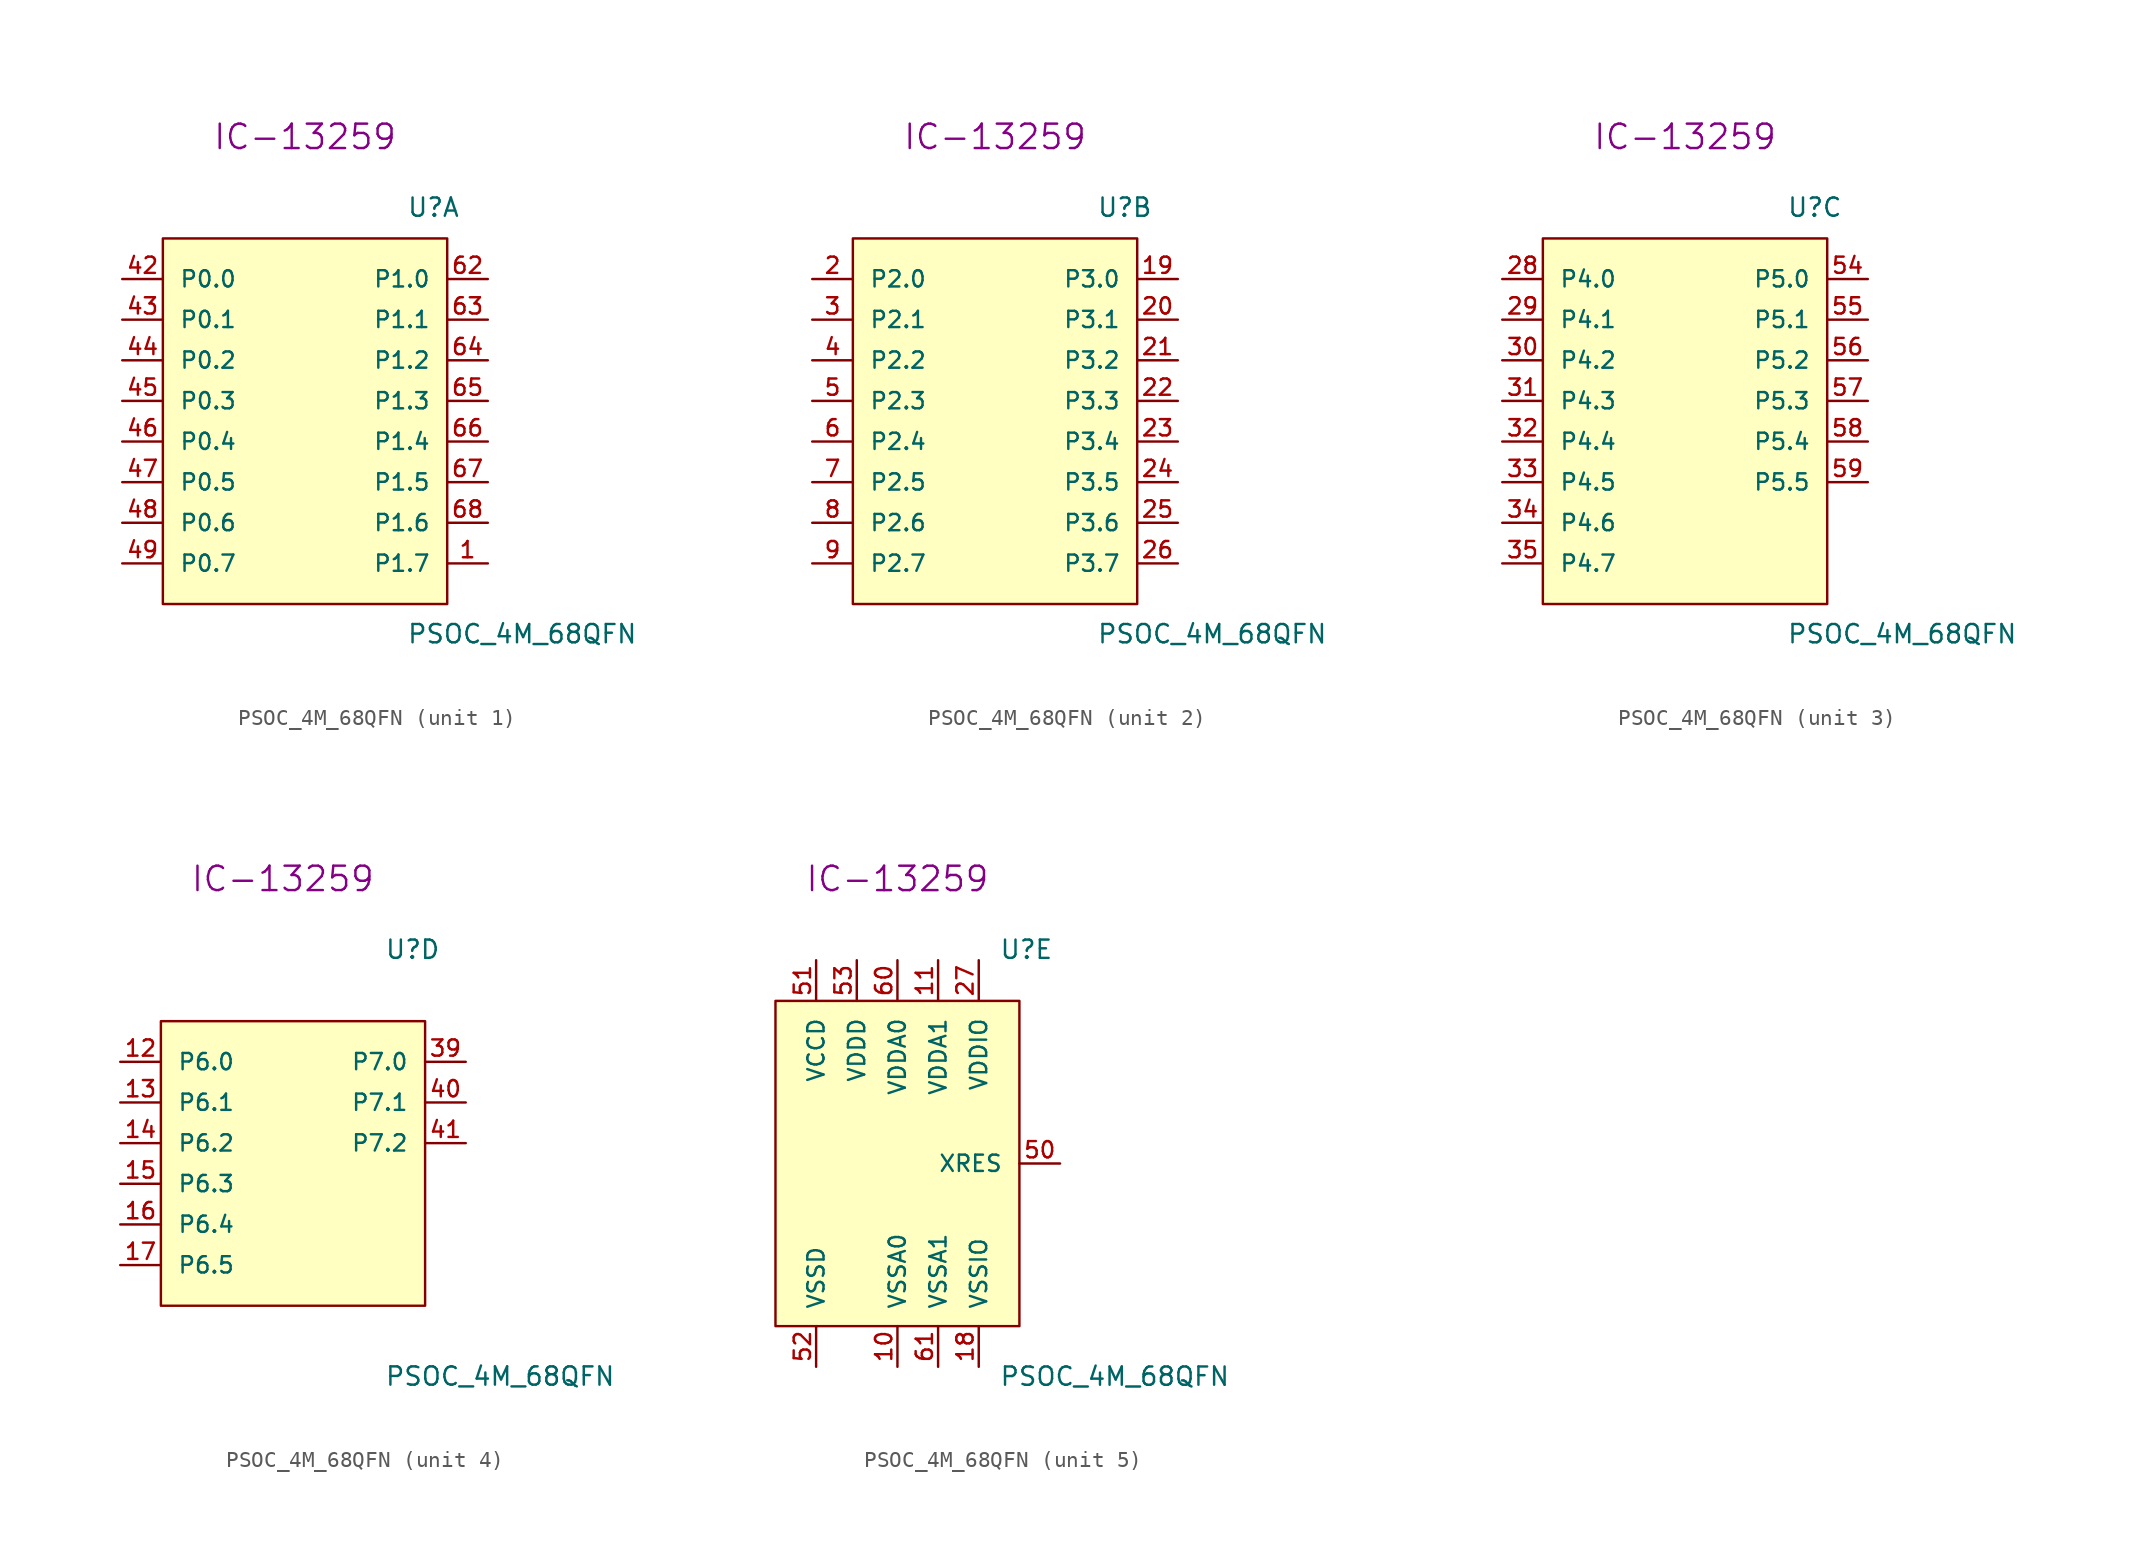
<source format=kicad_sym>
(kicad_symbol_lib
  (version 20220914)
  (generator kicad_symbol_editor)
  (symbol "PSOC_4M_68QFN"
    (pin_names
      (offset 1.016))
    (property "Reference" "U"
      (at 6.35 12.7 0)
      (effects (font (size 1.143 1.143)) (justify left bottom)))
    (property "Value" "PSOC_4M_68QFN"
      (at 6.35 -13.97 0)
      (effects (font (size 1.143 1.143)) (justify left bottom)))
    (property "Field4" "IC-13259"
      (at 0 17.78 0)
      (effects (font (size 1.524 1.524))))
    (property "ki_locked" ""
      (at 0 0 0)
      (effects (font (size 1.27 1.27))))
    (symbol "PSOC_4M_68QFN_1_1"
      (polyline (pts (xy -8.89 11.43) (xy 8.89 11.43) (xy 8.89 -11.43) (xy -8.89 -11.43) (xy -8.89 11.43)) (stroke (width 0) (type solid)) (fill (type background)))
      (pin bidirectional line (at 11.43 -8.89 180) (length 2.54) (name "P1.7" (effects (font (size 1.016 1.016)))) (number "1" (effects (font (size 1.016 1.016)))))
      (pin bidirectional line (at -11.43 8.89 0) (length 2.54) (name "P0.0" (effects (font (size 1.016 1.016)))) (number "42" (effects (font (size 1.016 1.016)))))
      (pin bidirectional line (at -11.43 6.35 0) (length 2.54) (name "P0.1" (effects (font (size 1.016 1.016)))) (number "43" (effects (font (size 1.016 1.016)))))
      (pin bidirectional line (at -11.43 3.81 0) (length 2.54) (name "P0.2" (effects (font (size 1.016 1.016)))) (number "44" (effects (font (size 1.016 1.016)))))
      (pin bidirectional line (at -11.43 1.27 0) (length 2.54) (name "P0.3" (effects (font (size 1.016 1.016)))) (number "45" (effects (font (size 1.016 1.016)))))
      (pin bidirectional line (at -11.43 -1.27 0) (length 2.54) (name "P0.4" (effects (font (size 1.016 1.016)))) (number "46" (effects (font (size 1.016 1.016)))))
      (pin bidirectional line (at -11.43 -3.81 0) (length 2.54) (name "P0.5" (effects (font (size 1.016 1.016)))) (number "47" (effects (font (size 1.016 1.016)))))
      (pin bidirectional line (at -11.43 -6.35 0) (length 2.54) (name "P0.6" (effects (font (size 1.016 1.016)))) (number "48" (effects (font (size 1.016 1.016)))))
      (pin bidirectional line (at -11.43 -8.89 0) (length 2.54) (name "P0.7" (effects (font (size 1.016 1.016)))) (number "49" (effects (font (size 1.016 1.016)))))
      (pin bidirectional line (at 11.43 8.89 180) (length 2.54) (name "P1.0" (effects (font (size 1.016 1.016)))) (number "62" (effects (font (size 1.016 1.016)))))
      (pin bidirectional line (at 11.43 6.35 180) (length 2.54) (name "P1.1" (effects (font (size 1.016 1.016)))) (number "63" (effects (font (size 1.016 1.016)))))
      (pin bidirectional line (at 11.43 3.81 180) (length 2.54) (name "P1.2" (effects (font (size 1.016 1.016)))) (number "64" (effects (font (size 1.016 1.016)))))
      (pin bidirectional line (at 11.43 1.27 180) (length 2.54) (name "P1.3" (effects (font (size 1.016 1.016)))) (number "65" (effects (font (size 1.016 1.016)))))
      (pin bidirectional line (at 11.43 -1.27 180) (length 2.54) (name "P1.4" (effects (font (size 1.016 1.016)))) (number "66" (effects (font (size 1.016 1.016)))))
      (pin bidirectional line (at 11.43 -3.81 180) (length 2.54) (name "P1.5" (effects (font (size 1.016 1.016)))) (number "67" (effects (font (size 1.016 1.016)))))
      (pin bidirectional line (at 11.43 -6.35 180) (length 2.54) (name "P1.6" (effects (font (size 1.016 1.016)))) (number "68" (effects (font (size 1.016 1.016))))))
    (symbol "PSOC_4M_68QFN_2_1"
      (polyline (pts (xy -8.89 11.43) (xy 8.89 11.43) (xy 8.89 -11.43) (xy -8.89 -11.43) (xy -8.89 11.43)) (stroke (width 0) (type solid)) (fill (type background)))
      (pin bidirectional line (at 11.43 8.89 180) (length 2.54) (name "P3.0" (effects (font (size 1.016 1.016)))) (number "19" (effects (font (size 1.016 1.016)))))
      (pin bidirectional line (at -11.43 8.89 0) (length 2.54) (name "P2.0" (effects (font (size 1.016 1.016)))) (number "2" (effects (font (size 1.016 1.016)))))
      (pin bidirectional line (at 11.43 6.35 180) (length 2.54) (name "P3.1" (effects (font (size 1.016 1.016)))) (number "20" (effects (font (size 1.016 1.016)))))
      (pin bidirectional line (at 11.43 3.81 180) (length 2.54) (name "P3.2" (effects (font (size 1.016 1.016)))) (number "21" (effects (font (size 1.016 1.016)))))
      (pin bidirectional line (at 11.43 1.27 180) (length 2.54) (name "P3.3" (effects (font (size 1.016 1.016)))) (number "22" (effects (font (size 1.016 1.016)))))
      (pin bidirectional line (at 11.43 -1.27 180) (length 2.54) (name "P3.4" (effects (font (size 1.016 1.016)))) (number "23" (effects (font (size 1.016 1.016)))))
      (pin bidirectional line (at 11.43 -3.81 180) (length 2.54) (name "P3.5" (effects (font (size 1.016 1.016)))) (number "24" (effects (font (size 1.016 1.016)))))
      (pin bidirectional line (at 11.43 -6.35 180) (length 2.54) (name "P3.6" (effects (font (size 1.016 1.016)))) (number "25" (effects (font (size 1.016 1.016)))))
      (pin bidirectional line (at 11.43 -8.89 180) (length 2.54) (name "P3.7" (effects (font (size 1.016 1.016)))) (number "26" (effects (font (size 1.016 1.016)))))
      (pin bidirectional line (at -11.43 6.35 0) (length 2.54) (name "P2.1" (effects (font (size 1.016 1.016)))) (number "3" (effects (font (size 1.016 1.016)))))
      (pin bidirectional line (at -11.43 3.81 0) (length 2.54) (name "P2.2" (effects (font (size 1.016 1.016)))) (number "4" (effects (font (size 1.016 1.016)))))
      (pin bidirectional line (at -11.43 1.27 0) (length 2.54) (name "P2.3" (effects (font (size 1.016 1.016)))) (number "5" (effects (font (size 1.016 1.016)))))
      (pin bidirectional line (at -11.43 -1.27 0) (length 2.54) (name "P2.4" (effects (font (size 1.016 1.016)))) (number "6" (effects (font (size 1.016 1.016)))))
      (pin bidirectional line (at -11.43 -3.81 0) (length 2.54) (name "P2.5" (effects (font (size 1.016 1.016)))) (number "7" (effects (font (size 1.016 1.016)))))
      (pin bidirectional line (at -11.43 -6.35 0) (length 2.54) (name "P2.6" (effects (font (size 1.016 1.016)))) (number "8" (effects (font (size 1.016 1.016)))))
      (pin bidirectional line (at -11.43 -8.89 0) (length 2.54) (name "P2.7" (effects (font (size 1.016 1.016)))) (number "9" (effects (font (size 1.016 1.016))))))
    (symbol "PSOC_4M_68QFN_3_1"
      (polyline (pts (xy -8.89 11.43) (xy 8.89 11.43) (xy 8.89 -11.43) (xy -8.89 -11.43) (xy -8.89 11.43)) (stroke (width 0) (type solid)) (fill (type background)))
      (pin bidirectional line (at -11.43 8.89 0) (length 2.54) (name "P4.0" (effects (font (size 1.016 1.016)))) (number "28" (effects (font (size 1.016 1.016)))))
      (pin bidirectional line (at -11.43 6.35 0) (length 2.54) (name "P4.1" (effects (font (size 1.016 1.016)))) (number "29" (effects (font (size 1.016 1.016)))))
      (pin bidirectional line (at -11.43 3.81 0) (length 2.54) (name "P4.2" (effects (font (size 1.016 1.016)))) (number "30" (effects (font (size 1.016 1.016)))))
      (pin bidirectional line (at -11.43 1.27 0) (length 2.54) (name "P4.3" (effects (font (size 1.016 1.016)))) (number "31" (effects (font (size 1.016 1.016)))))
      (pin bidirectional line (at -11.43 -1.27 0) (length 2.54) (name "P4.4" (effects (font (size 1.016 1.016)))) (number "32" (effects (font (size 1.016 1.016)))))
      (pin bidirectional line (at -11.43 -3.81 0) (length 2.54) (name "P4.5" (effects (font (size 1.016 1.016)))) (number "33" (effects (font (size 1.016 1.016)))))
      (pin bidirectional line (at -11.43 -6.35 0) (length 2.54) (name "P4.6" (effects (font (size 1.016 1.016)))) (number "34" (effects (font (size 1.016 1.016)))))
      (pin bidirectional line (at -11.43 -8.89 0) (length 2.54) (name "P4.7" (effects (font (size 1.016 1.016)))) (number "35" (effects (font (size 1.016 1.016)))))
      (pin bidirectional line (at 11.43 8.89 180) (length 2.54) (name "P5.0" (effects (font (size 1.016 1.016)))) (number "54" (effects (font (size 1.016 1.016)))))
      (pin bidirectional line (at 11.43 6.35 180) (length 2.54) (name "P5.1" (effects (font (size 1.016 1.016)))) (number "55" (effects (font (size 1.016 1.016)))))
      (pin bidirectional line (at 11.43 3.81 180) (length 2.54) (name "P5.2" (effects (font (size 1.016 1.016)))) (number "56" (effects (font (size 1.016 1.016)))))
      (pin bidirectional line (at 11.43 1.27 180) (length 2.54) (name "P5.3" (effects (font (size 1.016 1.016)))) (number "57" (effects (font (size 1.016 1.016)))))
      (pin bidirectional line (at 11.43 -1.27 180) (length 2.54) (name "P5.4" (effects (font (size 1.016 1.016)))) (number "58" (effects (font (size 1.016 1.016)))))
      (pin bidirectional line (at 11.43 -3.81 180) (length 2.54) (name "P5.5" (effects (font (size 1.016 1.016)))) (number "59" (effects (font (size 1.016 1.016))))))
    (symbol "PSOC_4M_68QFN_4_1"
      (polyline (pts (xy -7.62 8.89) (xy 8.89 8.89) (xy 8.89 -8.89) (xy -7.62 -8.89) (xy -7.62 8.89)) (stroke (width 0) (type solid)) (fill (type background)))
      (pin bidirectional line (at -10.16 6.35 0) (length 2.54) (name "P6.0" (effects (font (size 1.016 1.016)))) (number "12" (effects (font (size 1.016 1.016)))))
      (pin bidirectional line (at -10.16 3.81 0) (length 2.54) (name "P6.1" (effects (font (size 1.016 1.016)))) (number "13" (effects (font (size 1.016 1.016)))))
      (pin bidirectional line (at -10.16 1.27 0) (length 2.54) (name "P6.2" (effects (font (size 1.016 1.016)))) (number "14" (effects (font (size 1.016 1.016)))))
      (pin bidirectional line (at -10.16 -1.27 0) (length 2.54) (name "P6.3" (effects (font (size 1.016 1.016)))) (number "15" (effects (font (size 1.016 1.016)))))
      (pin bidirectional line (at -10.16 -3.81 0) (length 2.54) (name "P6.4" (effects (font (size 1.016 1.016)))) (number "16" (effects (font (size 1.016 1.016)))))
      (pin bidirectional line (at -10.16 -6.35 0) (length 2.54) (name "P6.5" (effects (font (size 1.016 1.016)))) (number "17" (effects (font (size 1.016 1.016)))))
      (pin bidirectional line (at 11.43 6.35 180) (length 2.54) (name "P7.0" (effects (font (size 1.016 1.016)))) (number "39" (effects (font (size 1.016 1.016)))))
      (pin bidirectional line (at 11.43 3.81 180) (length 2.54) (name "P7.1" (effects (font (size 1.016 1.016)))) (number "40" (effects (font (size 1.016 1.016)))))
      (pin bidirectional line (at 11.43 1.27 180) (length 2.54) (name "P7.2" (effects (font (size 1.016 1.016)))) (number "41" (effects (font (size 1.016 1.016))))))
    (symbol "PSOC_4M_68QFN_5_1"
      (polyline (pts (xy -7.62 10.16) (xy 7.62 10.16) (xy 7.62 -10.16) (xy -7.62 -10.16) (xy -7.62 10.16)) (stroke (width 0) (type solid)) (fill (type background)))
      (pin bidirectional line (at 0 -12.7 90) (length 2.54) (name "VSSA0" (effects (font (size 1.016 1.016)))) (number "10" (effects (font (size 1.016 1.016)))))
      (pin bidirectional line (at 2.54 12.7 270) (length 2.54) (name "VDDA1" (effects (font (size 1.016 1.016)))) (number "11" (effects (font (size 1.016 1.016)))))
      (pin bidirectional line (at 5.08 -12.7 90) (length 2.54) (name "VSSIO" (effects (font (size 1.016 1.016)))) (number "18" (effects (font (size 1.016 1.016)))))
      (pin bidirectional line (at 5.08 12.7 270) (length 2.54) (name "VDDIO" (effects (font (size 1.016 1.016)))) (number "27" (effects (font (size 1.016 1.016)))))
      (pin bidirectional line (at 10.16 0 180) (length 2.54) (name "XRES" (effects (font (size 1.016 1.016)))) (number "50" (effects (font (size 1.016 1.016)))))
      (pin bidirectional line (at -5.08 12.7 270) (length 2.54) (name "VCCD" (effects (font (size 1.016 1.016)))) (number "51" (effects (font (size 1.016 1.016)))))
      (pin bidirectional line (at -5.08 -12.7 90) (length 2.54) (name "VSSD" (effects (font (size 1.016 1.016)))) (number "52" (effects (font (size 1.016 1.016)))))
      (pin bidirectional line (at -2.54 12.7 270) (length 2.54) (name "VDDD" (effects (font (size 1.016 1.016)))) (number "53" (effects (font (size 1.016 1.016)))))
      (pin bidirectional line (at 0 12.7 270) (length 2.54) (name "VDDA0" (effects (font (size 1.016 1.016)))) (number "60" (effects (font (size 1.016 1.016)))))
      (pin bidirectional line (at 2.54 -12.7 90) (length 2.54) (name "VSSA1" (effects (font (size 1.016 1.016)))) (number "61" (effects (font (size 1.016 1.016)))))
      (pin bidirectional line (at -5.08 -12.7 90) (length 2.54) hide (name "VSSD" (effects (font (size 1.016 1.016)))) (number "69" (effects (font (size 1.016 1.016))))))))
</source>
